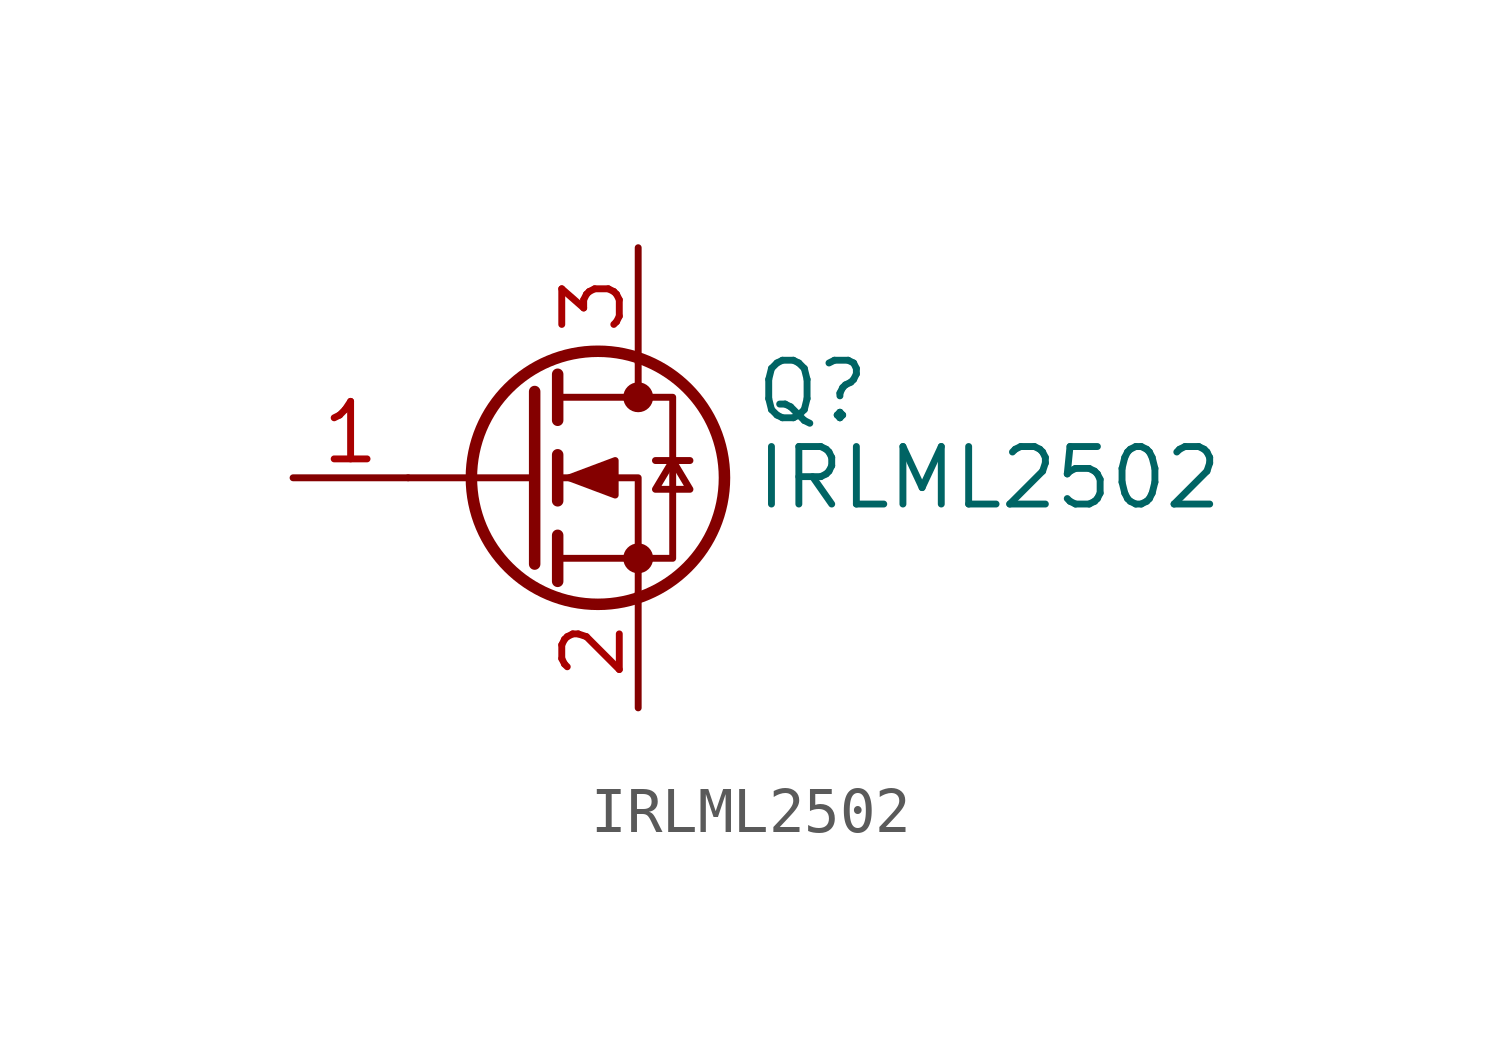
<source format=kicad_sym>
(kicad_symbol_lib
  (version 20241209)
  (generator "kicad_symbol_editor")
  (generator_version "9.0")
  (symbol "IRLML2502"
    (pin_names
      (offset 0)
      (hide yes))
    (property "Reference" "Q"
      (at 5.08 1.905 0)
      (effects (font (size 1.27 1.27)) (justify left)))
    (property "Value" "IRLML2502"
      (at 5.08 0 0)
      (effects (font (size 1.27 1.27)) (justify left)))
    (symbol "IRLML2502_0_1"
      (polyline (pts (xy 0.254 1.905) (xy 0.254 -1.905)) (stroke (width 0.254) (type default)) (fill (type none)))
      (polyline (pts (xy 0.254 0) (xy -2.54 0)) (stroke (width 0) (type default)) (fill (type none)))
      (polyline (pts (xy 0.762 2.286) (xy 0.762 1.27)) (stroke (width 0.254) (type default)) (fill (type none)))
      (polyline (pts (xy 0.762 0.508) (xy 0.762 -0.508)) (stroke (width 0.254) (type default)) (fill (type none)))
      (polyline (pts (xy 0.762 -1.27) (xy 0.762 -2.286)) (stroke (width 0.254) (type default)) (fill (type none)))
      (polyline (pts (xy 0.762 -1.778) (xy 3.302 -1.778) (xy 3.302 1.778) (xy 0.762 1.778)) (stroke (width 0) (type default)) (fill (type none)))
      (polyline (pts (xy 1.016 0) (xy 2.032 0.381) (xy 2.032 -0.381) (xy 1.016 0)) (stroke (width 0) (type default)) (fill (type outline)))
      (circle (center 1.651 0) (radius 2.794) (stroke (width 0.254) (type default)) (fill (type none)))
      (polyline (pts (xy 2.54 2.54) (xy 2.54 1.778)) (stroke (width 0) (type default)) (fill (type none)))
      (circle (center 2.54 1.778) (radius 0.254) (stroke (width 0) (type default)) (fill (type outline)))
      (circle (center 2.54 -1.778) (radius 0.254) (stroke (width 0) (type default)) (fill (type outline)))
      (polyline (pts (xy 2.54 -2.54) (xy 2.54 0) (xy 0.762 0)) (stroke (width 0) (type default)) (fill (type none)))
      (polyline (pts (xy 2.921 0.381) (xy 3.683 0.381)) (stroke (width 0) (type default)) (fill (type none)))
      (polyline (pts (xy 3.302 0.381) (xy 2.921 -0.254) (xy 3.683 -0.254) (xy 3.302 0.381)) (stroke (width 0) (type default)) (fill (type none))))
    (symbol "IRLML2502_1_1"
      (pin input line (at -5.08 0 0) (length 2.54) (name "G" (effects (font (size 1.27 1.27)))) (number "1" (effects (font (size 1.27 1.27)))))
      (pin passive line (at 2.54 5.08 270) (length 2.54) (name "D" (effects (font (size 1.27 1.27)))) (number "3" (effects (font (size 1.27 1.27)))))
      (pin passive line (at 2.54 -5.08 90) (length 2.54) (name "S" (effects (font (size 1.27 1.27)))) (number "2" (effects (font (size 1.27 1.27))))))))
</source>
